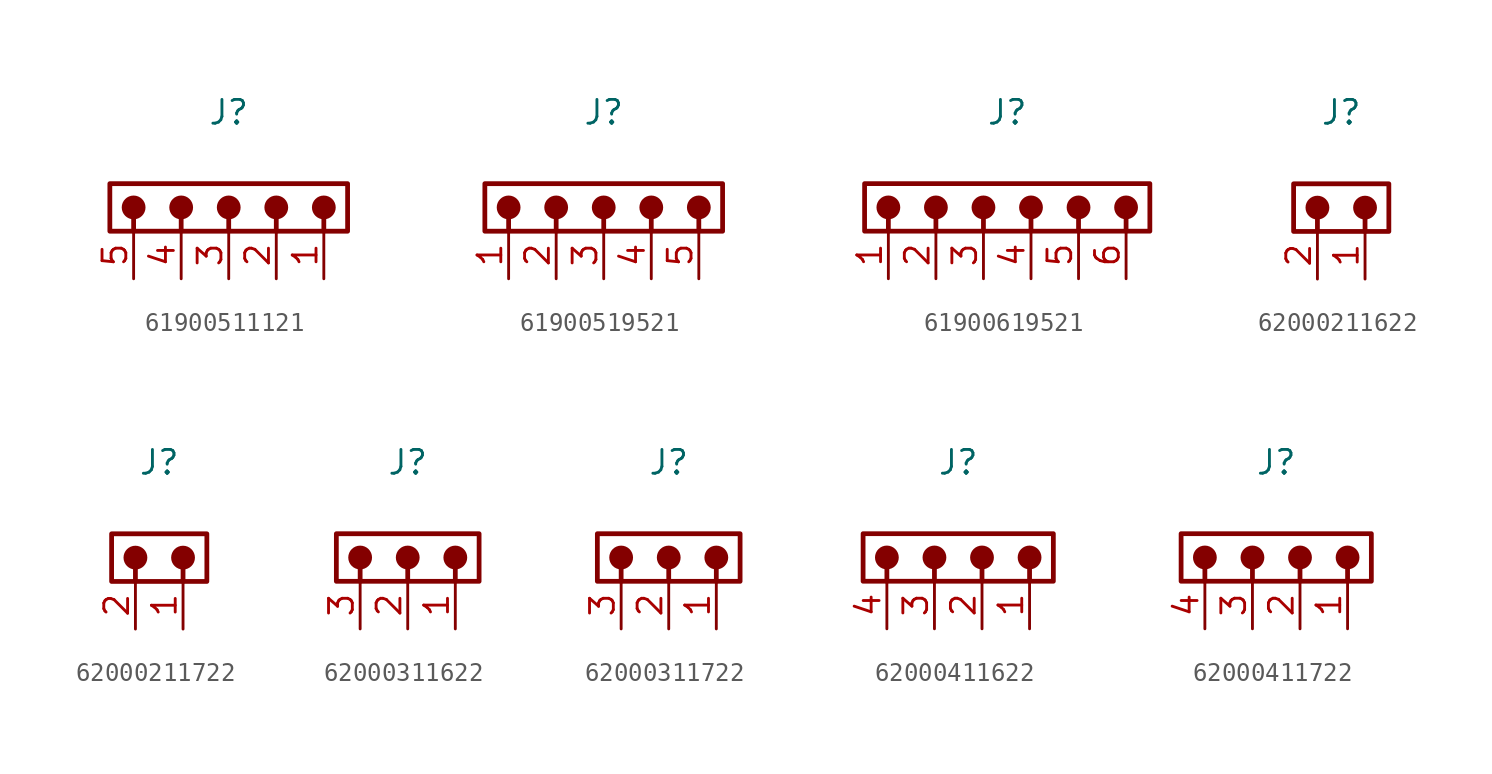
<source format=kicad_sym>
(kicad_symbol_lib
  (version 20241209)
  (generator "kicad_symbol_editor")
  (generator_version "9.0")
  (symbol "61900511121"
    (pin_names
      (hide yes))
    (property "Reference" "J"
      (at 0 5.08 0)
      (effects (font (size 1.27 1.27))))
    (symbol "61900511121_1_1"
      (rectangle (start -6.35 1.27) (end 6.35 -1.27) (stroke (width 0.254) (type solid)) (fill (type none)))
      (circle (center -5.08 0) (radius 0.508) (stroke (width 0.254) (type solid)) (fill (type outline)))
      (polyline (pts (xy -5.08 -0.508) (xy -5.08 -1.27)) (stroke (width 0.254) (type solid)) (fill (type none)))
      (circle (center -2.54 0) (radius 0.508) (stroke (width 0.254) (type solid)) (fill (type outline)))
      (polyline (pts (xy -2.54 -0.508) (xy -2.54 -1.27)) (stroke (width 0.254) (type solid)) (fill (type none)))
      (circle (center 0 0) (radius 0.508) (stroke (width 0.254) (type solid)) (fill (type outline)))
      (polyline (pts (xy 0 -0.508) (xy 0 -1.27)) (stroke (width 0.254) (type solid)) (fill (type none)))
      (circle (center 2.54 0) (radius 0.508) (stroke (width 0.254) (type solid)) (fill (type outline)))
      (polyline (pts (xy 2.54 -0.508) (xy 2.54 -1.27)) (stroke (width 0.254) (type solid)) (fill (type none)))
      (circle (center 5.08 0) (radius 0.508) (stroke (width 0.254) (type solid)) (fill (type outline)))
      (polyline (pts (xy 5.08 -0.508) (xy 5.08 -1.27)) (stroke (width 0.254) (type solid)) (fill (type none)))
      (pin passive line (at -5.08 -3.81 90) (length 2.54) (name "5" (effects (font (size 1.27 1.27)))) (number "5" (effects (font (size 1.27 1.27)))))
      (pin passive line (at -2.54 -3.81 90) (length 2.54) (name "4" (effects (font (size 1.27 1.27)))) (number "4" (effects (font (size 1.27 1.27)))))
      (pin passive line (at 0 -3.81 90) (length 2.54) (name "3" (effects (font (size 1.27 1.27)))) (number "3" (effects (font (size 1.27 1.27)))))
      (pin passive line (at 2.54 -3.81 90) (length 2.54) (name "2" (effects (font (size 1.27 1.27)))) (number "2" (effects (font (size 1.27 1.27)))))
      (pin passive line (at 5.08 -3.81 90) (length 2.54) (name "1" (effects (font (size 1.27 1.27)))) (number "1" (effects (font (size 1.27 1.27)))))))
  (symbol "61900519521"
    (pin_names
      (hide yes))
    (property "Reference" "J"
      (at 0 5.08 0)
      (effects (font (size 1.27 1.27))))
    (symbol "61900519521_1_1"
      (circle (center -5.08 0) (radius 0.508) (stroke (width 0.254) (type solid)) (fill (type outline)))
      (polyline (pts (xy -5.08 -0.508) (xy -5.08 -1.27)) (stroke (width 0.254) (type solid)) (fill (type none)))
      (circle (center -2.54 0) (radius 0.508) (stroke (width 0.254) (type solid)) (fill (type outline)))
      (polyline (pts (xy -2.54 -0.508) (xy -2.54 -1.27)) (stroke (width 0.254) (type solid)) (fill (type none)))
      (circle (center 0 0) (radius 0.508) (stroke (width 0.254) (type solid)) (fill (type outline)))
      (polyline (pts (xy 0 -0.508) (xy 0 -1.27)) (stroke (width 0.254) (type solid)) (fill (type none)))
      (circle (center 2.54 0) (radius 0.508) (stroke (width 0.254) (type solid)) (fill (type outline)))
      (polyline (pts (xy 2.54 -0.508) (xy 2.54 -1.27)) (stroke (width 0.254) (type solid)) (fill (type none)))
      (circle (center 5.08 0) (radius 0.508) (stroke (width 0.254) (type solid)) (fill (type outline)))
      (polyline (pts (xy 5.08 -0.508) (xy 5.08 -1.27)) (stroke (width 0.254) (type solid)) (fill (type none)))
      (rectangle (start 6.35 1.27) (end -6.35 -1.27) (stroke (width 0.254) (type solid)) (fill (type none)))
      (pin passive line (at -5.08 -3.81 90) (length 2.54) (name "1" (effects (font (size 1.27 1.27)))) (number "1" (effects (font (size 1.27 1.27)))))
      (pin passive line (at -2.54 -3.81 90) (length 2.54) (name "2" (effects (font (size 1.27 1.27)))) (number "2" (effects (font (size 1.27 1.27)))))
      (pin passive line (at 0 -3.81 90) (length 2.54) (name "3" (effects (font (size 1.27 1.27)))) (number "3" (effects (font (size 1.27 1.27)))))
      (pin passive line (at 2.54 -3.81 90) (length 2.54) (name "4" (effects (font (size 1.27 1.27)))) (number "4" (effects (font (size 1.27 1.27)))))
      (pin passive line (at 5.08 -3.81 90) (length 2.54) (name "5" (effects (font (size 1.27 1.27)))) (number "5" (effects (font (size 1.27 1.27)))))))
  (symbol "61900619521"
    (pin_names
      (hide yes))
    (property "Reference" "J"
      (at 0 5.08 0)
      (effects (font (size 1.27 1.27))))
    (symbol "61900619521_1_1"
      (circle (center -6.35 0) (radius 0.508) (stroke (width 0.254) (type solid)) (fill (type outline)))
      (polyline (pts (xy -6.35 -0.508) (xy -6.35 -1.27)) (stroke (width 0.254) (type solid)) (fill (type none)))
      (circle (center -3.81 0) (radius 0.508) (stroke (width 0.254) (type solid)) (fill (type outline)))
      (polyline (pts (xy -3.81 -0.508) (xy -3.81 -1.27)) (stroke (width 0.254) (type solid)) (fill (type none)))
      (circle (center -1.27 0) (radius 0.508) (stroke (width 0.254) (type solid)) (fill (type outline)))
      (polyline (pts (xy -1.27 -0.508) (xy -1.27 -1.27)) (stroke (width 0.254) (type solid)) (fill (type none)))
      (circle (center 1.27 0) (radius 0.508) (stroke (width 0.254) (type solid)) (fill (type outline)))
      (polyline (pts (xy 1.27 -0.508) (xy 1.27 -1.27)) (stroke (width 0.254) (type solid)) (fill (type none)))
      (circle (center 3.81 0) (radius 0.508) (stroke (width 0.254) (type solid)) (fill (type outline)))
      (polyline (pts (xy 3.81 -0.508) (xy 3.81 -1.27)) (stroke (width 0.254) (type solid)) (fill (type none)))
      (circle (center 6.35 0) (radius 0.508) (stroke (width 0.254) (type solid)) (fill (type outline)))
      (polyline (pts (xy 6.35 -0.508) (xy 6.35 -1.27)) (stroke (width 0.254) (type solid)) (fill (type none)))
      (rectangle (start 7.62 1.27) (end -7.62 -1.27) (stroke (width 0.254) (type solid)) (fill (type none)))
      (pin passive line (at -6.35 -3.81 90) (length 2.54) (name "1" (effects (font (size 1.27 1.27)))) (number "1" (effects (font (size 1.27 1.27)))))
      (pin passive line (at -3.81 -3.81 90) (length 2.54) (name "2" (effects (font (size 1.27 1.27)))) (number "2" (effects (font (size 1.27 1.27)))))
      (pin passive line (at -1.27 -3.81 90) (length 2.54) (name "3" (effects (font (size 1.27 1.27)))) (number "3" (effects (font (size 1.27 1.27)))))
      (pin passive line (at 1.27 -3.81 90) (length 2.54) (name "4" (effects (font (size 1.27 1.27)))) (number "4" (effects (font (size 1.27 1.27)))))
      (pin passive line (at 3.81 -3.81 90) (length 2.54) (name "5" (effects (font (size 1.27 1.27)))) (number "5" (effects (font (size 1.27 1.27)))))
      (pin passive line (at 6.35 -3.81 90) (length 2.54) (name "6" (effects (font (size 1.27 1.27)))) (number "6" (effects (font (size 1.27 1.27)))))))
  (symbol "62000211622"
    (pin_names
      (hide yes))
    (property "Reference" "J"
      (at 0 5.08 0)
      (effects (font (size 1.27 1.27))))
    (symbol "62000211622_1_1"
      (circle (center -1.27 0) (radius 0.508) (stroke (width 0.254) (type solid)) (fill (type outline)))
      (polyline (pts (xy -1.27 -0.508) (xy -1.27 -1.27)) (stroke (width 0.254) (type solid)) (fill (type none)))
      (circle (center 1.27 0) (radius 0.508) (stroke (width 0.254) (type solid)) (fill (type outline)))
      (polyline (pts (xy 1.27 -0.508) (xy 1.27 -1.27)) (stroke (width 0.254) (type solid)) (fill (type none)))
      (rectangle (start 2.54 1.27) (end -2.54 -1.27) (stroke (width 0.254) (type solid)) (fill (type none)))
      (pin passive line (at -1.27 -3.81 90) (length 2.54) (name "2" (effects (font (size 1.27 1.27)))) (number "2" (effects (font (size 1.27 1.27)))))
      (pin passive line (at 1.27 -3.81 90) (length 2.54) (name "1" (effects (font (size 1.27 1.27)))) (number "1" (effects (font (size 1.27 1.27)))))))
  (symbol "62000211722"
    (pin_names
      (hide yes))
    (property "Reference" "J"
      (at 0 5.08 0)
      (effects (font (size 1.27 1.27))))
    (symbol "62000211722_1_1"
      (circle (center -1.27 0) (radius 0.508) (stroke (width 0.254) (type solid)) (fill (type outline)))
      (polyline (pts (xy -1.27 -0.508) (xy -1.27 -1.27)) (stroke (width 0.254) (type solid)) (fill (type none)))
      (circle (center 1.27 0) (radius 0.508) (stroke (width 0.254) (type solid)) (fill (type outline)))
      (polyline (pts (xy 1.27 -0.508) (xy 1.27 -1.27)) (stroke (width 0.254) (type solid)) (fill (type none)))
      (rectangle (start 2.54 1.27) (end -2.54 -1.27) (stroke (width 0.254) (type solid)) (fill (type none)))
      (pin passive line (at -1.27 -3.81 90) (length 2.54) (name "2" (effects (font (size 1.27 1.27)))) (number "2" (effects (font (size 1.27 1.27)))))
      (pin passive line (at 1.27 -3.81 90) (length 2.54) (name "1" (effects (font (size 1.27 1.27)))) (number "1" (effects (font (size 1.27 1.27)))))))
  (symbol "62000311622"
    (pin_names
      (hide yes))
    (property "Reference" "J"
      (at 0 5.08 0)
      (effects (font (size 1.27 1.27))))
    (symbol "62000311622_1_1"
      (rectangle (start -3.81 1.27) (end 3.81 -1.27) (stroke (width 0.254) (type solid)) (fill (type none)))
      (circle (center -2.54 0) (radius 0.508) (stroke (width 0.254) (type solid)) (fill (type outline)))
      (polyline (pts (xy -2.54 -0.508) (xy -2.54 -1.27)) (stroke (width 0.254) (type solid)) (fill (type none)))
      (circle (center 0 0) (radius 0.508) (stroke (width 0.254) (type solid)) (fill (type outline)))
      (polyline (pts (xy 0 -0.508) (xy 0 -1.27)) (stroke (width 0.254) (type solid)) (fill (type none)))
      (circle (center 2.54 0) (radius 0.508) (stroke (width 0.254) (type solid)) (fill (type outline)))
      (polyline (pts (xy 2.54 -0.508) (xy 2.54 -1.27)) (stroke (width 0.254) (type solid)) (fill (type none)))
      (pin passive line (at -2.54 -3.81 90) (length 2.54) (name "3" (effects (font (size 1.27 1.27)))) (number "3" (effects (font (size 1.27 1.27)))))
      (pin passive line (at 0 -3.81 90) (length 2.54) (name "2" (effects (font (size 1.27 1.27)))) (number "2" (effects (font (size 1.27 1.27)))))
      (pin passive line (at 2.54 -3.81 90) (length 2.54) (name "1" (effects (font (size 1.27 1.27)))) (number "1" (effects (font (size 1.27 1.27)))))))
  (symbol "62000311722"
    (pin_names
      (hide yes))
    (property "Reference" "J"
      (at 0 5.08 0)
      (effects (font (size 1.27 1.27))))
    (symbol "62000311722_1_1"
      (rectangle (start -3.81 1.27) (end 3.81 -1.27) (stroke (width 0.254) (type solid)) (fill (type none)))
      (circle (center -2.54 0) (radius 0.508) (stroke (width 0.254) (type solid)) (fill (type outline)))
      (polyline (pts (xy -2.54 -0.508) (xy -2.54 -1.27)) (stroke (width 0.254) (type solid)) (fill (type none)))
      (circle (center 0 0) (radius 0.508) (stroke (width 0.254) (type solid)) (fill (type outline)))
      (polyline (pts (xy 0 -0.508) (xy 0 -1.27)) (stroke (width 0.254) (type solid)) (fill (type none)))
      (circle (center 2.54 0) (radius 0.508) (stroke (width 0.254) (type solid)) (fill (type outline)))
      (polyline (pts (xy 2.54 -0.508) (xy 2.54 -1.27)) (stroke (width 0.254) (type solid)) (fill (type none)))
      (pin passive line (at -2.54 -3.81 90) (length 2.54) (name "3" (effects (font (size 1.27 1.27)))) (number "3" (effects (font (size 1.27 1.27)))))
      (pin passive line (at 0 -3.81 90) (length 2.54) (name "2" (effects (font (size 1.27 1.27)))) (number "2" (effects (font (size 1.27 1.27)))))
      (pin passive line (at 2.54 -3.81 90) (length 2.54) (name "1" (effects (font (size 1.27 1.27)))) (number "1" (effects (font (size 1.27 1.27)))))))
  (symbol "62000411622"
    (pin_names
      (hide yes))
    (property "Reference" "J"
      (at 0 5.08 0)
      (effects (font (size 1.27 1.27))))
    (symbol "62000411622_1_1"
      (rectangle (start -5.08 1.27) (end 5.08 -1.27) (stroke (width 0.254) (type solid)) (fill (type none)))
      (circle (center -3.81 0) (radius 0.508) (stroke (width 0.254) (type solid)) (fill (type outline)))
      (polyline (pts (xy -3.81 -0.508) (xy -3.81 -1.27)) (stroke (width 0.254) (type solid)) (fill (type none)))
      (circle (center -1.27 0) (radius 0.508) (stroke (width 0.254) (type solid)) (fill (type outline)))
      (polyline (pts (xy -1.27 -0.508) (xy -1.27 -1.27)) (stroke (width 0.254) (type solid)) (fill (type none)))
      (circle (center 1.27 0) (radius 0.508) (stroke (width 0.254) (type solid)) (fill (type outline)))
      (polyline (pts (xy 1.27 -0.508) (xy 1.27 -1.27)) (stroke (width 0.254) (type solid)) (fill (type none)))
      (circle (center 3.81 0) (radius 0.508) (stroke (width 0.254) (type solid)) (fill (type outline)))
      (polyline (pts (xy 3.81 -0.508) (xy 3.81 -1.27)) (stroke (width 0.254) (type solid)) (fill (type none)))
      (pin passive line (at -3.81 -3.81 90) (length 2.54) (name "4" (effects (font (size 1.27 1.27)))) (number "4" (effects (font (size 1.27 1.27)))))
      (pin passive line (at -1.27 -3.81 90) (length 2.54) (name "3" (effects (font (size 1.27 1.27)))) (number "3" (effects (font (size 1.27 1.27)))))
      (pin passive line (at 1.27 -3.81 90) (length 2.54) (name "2" (effects (font (size 1.27 1.27)))) (number "2" (effects (font (size 1.27 1.27)))))
      (pin passive line (at 3.81 -3.81 90) (length 2.54) (name "1" (effects (font (size 1.27 1.27)))) (number "1" (effects (font (size 1.27 1.27)))))))
  (symbol "62000411722"
    (pin_names
      (hide yes))
    (property "Reference" "J"
      (at 0 5.08 0)
      (effects (font (size 1.27 1.27))))
    (symbol "62000411722_1_1"
      (rectangle (start -5.08 1.27) (end 5.08 -1.27) (stroke (width 0.254) (type solid)) (fill (type none)))
      (circle (center -3.81 0) (radius 0.508) (stroke (width 0.254) (type solid)) (fill (type outline)))
      (polyline (pts (xy -3.81 -0.508) (xy -3.81 -1.27)) (stroke (width 0.254) (type solid)) (fill (type none)))
      (circle (center -1.27 0) (radius 0.508) (stroke (width 0.254) (type solid)) (fill (type outline)))
      (polyline (pts (xy -1.27 -0.508) (xy -1.27 -1.27)) (stroke (width 0.254) (type solid)) (fill (type none)))
      (circle (center 1.27 0) (radius 0.508) (stroke (width 0.254) (type solid)) (fill (type outline)))
      (polyline (pts (xy 1.27 -0.508) (xy 1.27 -1.27)) (stroke (width 0.254) (type solid)) (fill (type none)))
      (circle (center 3.81 0) (radius 0.508) (stroke (width 0.254) (type solid)) (fill (type outline)))
      (polyline (pts (xy 3.81 -0.508) (xy 3.81 -1.27)) (stroke (width 0.254) (type solid)) (fill (type none)))
      (pin passive line (at -3.81 -3.81 90) (length 2.54) (name "4" (effects (font (size 1.27 1.27)))) (number "4" (effects (font (size 1.27 1.27)))))
      (pin passive line (at -1.27 -3.81 90) (length 2.54) (name "3" (effects (font (size 1.27 1.27)))) (number "3" (effects (font (size 1.27 1.27)))))
      (pin passive line (at 1.27 -3.81 90) (length 2.54) (name "2" (effects (font (size 1.27 1.27)))) (number "2" (effects (font (size 1.27 1.27)))))
      (pin passive line (at 3.81 -3.81 90) (length 2.54) (name "1" (effects (font (size 1.27 1.27)))) (number "1" (effects (font (size 1.27 1.27))))))))
</source>
